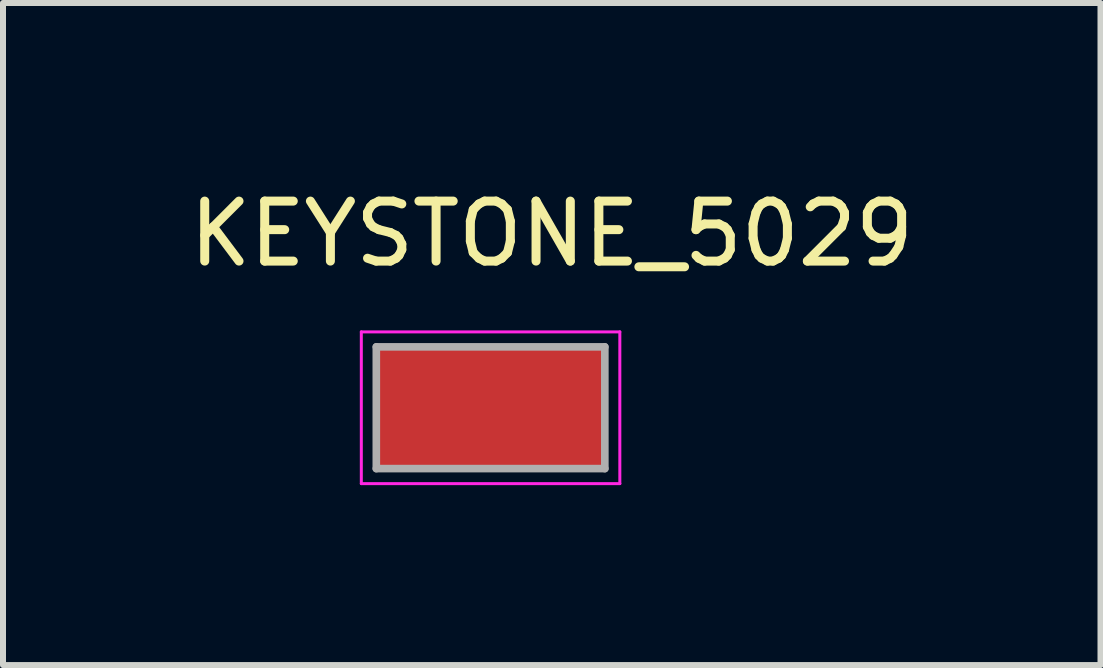
<source format=kicad_pcb>
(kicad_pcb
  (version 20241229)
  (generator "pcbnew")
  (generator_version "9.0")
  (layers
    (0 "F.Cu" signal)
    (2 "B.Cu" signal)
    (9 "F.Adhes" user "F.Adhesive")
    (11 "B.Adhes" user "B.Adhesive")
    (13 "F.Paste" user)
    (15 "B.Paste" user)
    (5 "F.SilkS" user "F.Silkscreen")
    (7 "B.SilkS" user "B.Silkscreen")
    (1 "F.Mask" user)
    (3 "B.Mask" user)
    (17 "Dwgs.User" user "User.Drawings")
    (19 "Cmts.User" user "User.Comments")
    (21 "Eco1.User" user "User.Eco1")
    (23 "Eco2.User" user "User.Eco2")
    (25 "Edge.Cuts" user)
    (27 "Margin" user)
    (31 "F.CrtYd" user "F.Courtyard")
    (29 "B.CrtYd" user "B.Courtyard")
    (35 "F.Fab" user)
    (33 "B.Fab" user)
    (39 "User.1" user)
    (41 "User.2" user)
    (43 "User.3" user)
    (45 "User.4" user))
  (footprint "KEYSTONE_5029"
    (layer "F.Cu")
    (at 5.129 3.748)
    (property "Reference" "KEYSTONE_5029" (at 1.02 -2.9 0) (layer "F.SilkS") (effects (font (size 1 1) (thickness 0.15))))
    (attr smd)
    (fp_line (start -2.155 -1.265) (end -2.155 1.265) (stroke (width 0.05) (type solid)) (layer "F.CrtYd"))
    (fp_line (start -2.155 1.265) (end 2.155 1.265) (stroke (width 0.05) (type solid)) (layer "F.CrtYd"))
    (fp_line (start 2.155 -1.265) (end -2.155 -1.265) (stroke (width 0.05) (type solid)) (layer "F.CrtYd"))
    (fp_line (start 2.155 1.265) (end 2.155 -1.265) (stroke (width 0.05) (type solid)) (layer "F.CrtYd"))
    (fp_line (start -1.905 -1.015) (end -1.905 1.015) (stroke (width 0.127) (type solid)) (layer "F.Fab"))
    (fp_line (start -1.905 1.015) (end 1.905 1.015) (stroke (width 0.127) (type solid)) (layer "F.Fab"))
    (fp_line (start 1.905 -1.015) (end -1.905 -1.015) (stroke (width 0.127) (type solid)) (layer "F.Fab"))
    (fp_line (start 1.905 1.015) (end 1.905 -1.015) (stroke (width 0.127) (type solid)) (layer "F.Fab"))
    (pad "TP" smd rect (at 0 0) (size 3.8 2.03) (layers "F.Cu" "F.Mask" "F.Paste")))
  (gr_rect
    (start -3 -3)
    (end 15.298 8.038)
    (stroke (width 0.1) (type default))
    (fill no)
    (layer "Edge.Cuts")))
</source>
